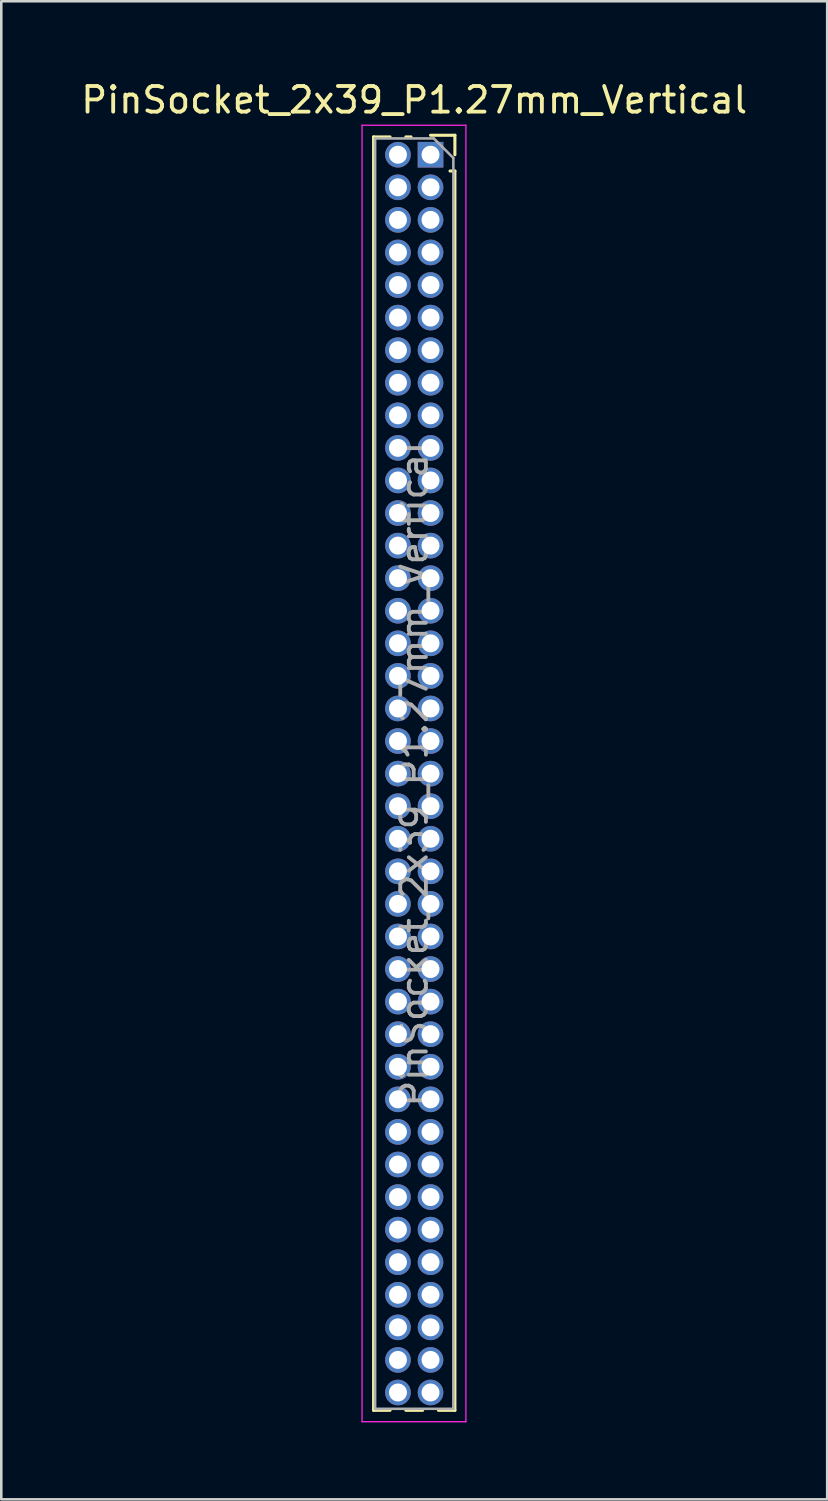
<source format=kicad_pcb>
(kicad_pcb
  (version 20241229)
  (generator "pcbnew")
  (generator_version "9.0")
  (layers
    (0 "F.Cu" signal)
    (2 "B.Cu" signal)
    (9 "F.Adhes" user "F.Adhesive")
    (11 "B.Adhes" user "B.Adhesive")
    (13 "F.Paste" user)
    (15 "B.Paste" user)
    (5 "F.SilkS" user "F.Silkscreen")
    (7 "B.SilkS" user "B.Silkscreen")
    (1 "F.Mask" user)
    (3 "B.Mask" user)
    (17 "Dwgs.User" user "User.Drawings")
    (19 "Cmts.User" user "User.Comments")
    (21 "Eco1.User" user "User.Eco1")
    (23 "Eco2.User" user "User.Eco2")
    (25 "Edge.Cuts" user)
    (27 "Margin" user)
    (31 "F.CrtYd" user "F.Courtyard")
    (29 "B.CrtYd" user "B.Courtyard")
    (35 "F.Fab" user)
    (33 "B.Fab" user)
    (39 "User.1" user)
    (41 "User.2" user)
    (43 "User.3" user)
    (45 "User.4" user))
  (footprint "PinSocket_2x39_P1.27mm_Vertical"
    (layer "F.Cu")
    (at 13.736 2.983)
    (property "Reference" "PinSocket_2x39_P1.27mm_Vertical" (at -0.635 -2.135 0) (layer "F.SilkS") (effects (font (size 1 1) (thickness 0.15))))
    (attr through_hole)
    (fp_line (start -2.22 -0.695) (end -2.22 48.955) (stroke (width 0.12) (type solid)) (layer "F.SilkS"))
    (fp_line (start -2.22 -0.695) (end -1.578 -0.695) (stroke (width 0.12) (type solid)) (layer "F.SilkS"))
    (fp_line (start -2.22 48.955) (end -1.578 48.955) (stroke (width 0.12) (type solid)) (layer "F.SilkS"))
    (fp_line (start -0.962 -0.695) (end -0.76 -0.695) (stroke (width 0.12) (type solid)) (layer "F.SilkS"))
    (fp_line (start -0.962 48.955) (end -0.308 48.955) (stroke (width 0.12) (type solid)) (layer "F.SilkS"))
    (fp_line (start 0 -0.76) (end 0.95 -0.76) (stroke (width 0.12) (type solid)) (layer "F.SilkS"))
    (fp_line (start 0.308 48.955) (end 0.95 48.955) (stroke (width 0.12) (type solid)) (layer "F.SilkS"))
    (fp_line (start 0.76 0.635) (end 0.95 0.635) (stroke (width 0.12) (type solid)) (layer "F.SilkS"))
    (fp_line (start 0.95 -0.76) (end 0.95 0) (stroke (width 0.12) (type solid)) (layer "F.SilkS"))
    (fp_line (start 0.95 0.635) (end 0.95 48.955) (stroke (width 0.12) (type solid)) (layer "F.SilkS"))
    (fp_line (start -2.67 -1.15) (end 1.38 -1.15) (stroke (width 0.05) (type solid)) (layer "F.CrtYd"))
    (fp_line (start -2.67 49.4) (end -2.67 -1.15) (stroke (width 0.05) (type solid)) (layer "F.CrtYd"))
    (fp_line (start 1.38 -1.15) (end 1.38 49.4) (stroke (width 0.05) (type solid)) (layer "F.CrtYd"))
    (fp_line (start 1.38 49.4) (end -2.67 49.4) (stroke (width 0.05) (type solid)) (layer "F.CrtYd"))
    (fp_line (start -2.16 -0.635) (end 0.128 -0.635) (stroke (width 0.1) (type solid)) (layer "F.Fab"))
    (fp_line (start -2.16 48.895) (end -2.16 -0.635) (stroke (width 0.1) (type solid)) (layer "F.Fab"))
    (fp_line (start 0.128 -0.635) (end 0.89 0.128) (stroke (width 0.1) (type solid)) (layer "F.Fab"))
    (fp_line (start 0.89 0.128) (end 0.89 48.895) (stroke (width 0.1) (type solid)) (layer "F.Fab"))
    (fp_line (start 0.89 48.895) (end -2.16 48.895) (stroke (width 0.1) (type solid)) (layer "F.Fab"))
    (fp_text user "${REFERENCE}" (at -0.635 24.13 90) (layer "F.Fab") (effects (font (size 1 1) (thickness 0.15))))
    (pad "1" thru_hole rect (at 0 0) (size 1 1) (drill 0.7) (layers "*.Cu" "*.Mask"))
    (pad "2" thru_hole circle (at -1.27 0) (size 1 1) (drill 0.7) (layers "*.Cu" "*.Mask"))
    (pad "3" thru_hole circle (at 0 1.27) (size 1 1) (drill 0.7) (layers "*.Cu" "*.Mask"))
    (pad "4" thru_hole circle (at -1.27 1.27) (size 1 1) (drill 0.7) (layers "*.Cu" "*.Mask"))
    (pad "5" thru_hole circle (at 0 2.54) (size 1 1) (drill 0.7) (layers "*.Cu" "*.Mask"))
    (pad "6" thru_hole circle (at -1.27 2.54) (size 1 1) (drill 0.7) (layers "*.Cu" "*.Mask"))
    (pad "7" thru_hole circle (at 0 3.81) (size 1 1) (drill 0.7) (layers "*.Cu" "*.Mask"))
    (pad "8" thru_hole circle (at -1.27 3.81) (size 1 1) (drill 0.7) (layers "*.Cu" "*.Mask"))
    (pad "9" thru_hole circle (at 0 5.08) (size 1 1) (drill 0.7) (layers "*.Cu" "*.Mask"))
    (pad "10" thru_hole circle (at -1.27 5.08) (size 1 1) (drill 0.7) (layers "*.Cu" "*.Mask"))
    (pad "11" thru_hole circle (at 0 6.35) (size 1 1) (drill 0.7) (layers "*.Cu" "*.Mask"))
    (pad "12" thru_hole circle (at -1.27 6.35) (size 1 1) (drill 0.7) (layers "*.Cu" "*.Mask"))
    (pad "13" thru_hole circle (at 0 7.62) (size 1 1) (drill 0.7) (layers "*.Cu" "*.Mask"))
    (pad "14" thru_hole circle (at -1.27 7.62) (size 1 1) (drill 0.7) (layers "*.Cu" "*.Mask"))
    (pad "15" thru_hole circle (at 0 8.89) (size 1 1) (drill 0.7) (layers "*.Cu" "*.Mask"))
    (pad "16" thru_hole circle (at -1.27 8.89) (size 1 1) (drill 0.7) (layers "*.Cu" "*.Mask"))
    (pad "17" thru_hole circle (at 0 10.16) (size 1 1) (drill 0.7) (layers "*.Cu" "*.Mask"))
    (pad "18" thru_hole circle (at -1.27 10.16) (size 1 1) (drill 0.7) (layers "*.Cu" "*.Mask"))
    (pad "19" thru_hole circle (at 0 11.43) (size 1 1) (drill 0.7) (layers "*.Cu" "*.Mask"))
    (pad "20" thru_hole circle (at -1.27 11.43) (size 1 1) (drill 0.7) (layers "*.Cu" "*.Mask"))
    (pad "21" thru_hole circle (at 0 12.7) (size 1 1) (drill 0.7) (layers "*.Cu" "*.Mask"))
    (pad "22" thru_hole circle (at -1.27 12.7) (size 1 1) (drill 0.7) (layers "*.Cu" "*.Mask"))
    (pad "23" thru_hole circle (at 0 13.97) (size 1 1) (drill 0.7) (layers "*.Cu" "*.Mask"))
    (pad "24" thru_hole circle (at -1.27 13.97) (size 1 1) (drill 0.7) (layers "*.Cu" "*.Mask"))
    (pad "25" thru_hole circle (at 0 15.24) (size 1 1) (drill 0.7) (layers "*.Cu" "*.Mask"))
    (pad "26" thru_hole circle (at -1.27 15.24) (size 1 1) (drill 0.7) (layers "*.Cu" "*.Mask"))
    (pad "27" thru_hole circle (at 0 16.51) (size 1 1) (drill 0.7) (layers "*.Cu" "*.Mask"))
    (pad "28" thru_hole circle (at -1.27 16.51) (size 1 1) (drill 0.7) (layers "*.Cu" "*.Mask"))
    (pad "29" thru_hole circle (at 0 17.78) (size 1 1) (drill 0.7) (layers "*.Cu" "*.Mask"))
    (pad "30" thru_hole circle (at -1.27 17.78) (size 1 1) (drill 0.7) (layers "*.Cu" "*.Mask"))
    (pad "31" thru_hole circle (at 0 19.05) (size 1 1) (drill 0.7) (layers "*.Cu" "*.Mask"))
    (pad "32" thru_hole circle (at -1.27 19.05) (size 1 1) (drill 0.7) (layers "*.Cu" "*.Mask"))
    (pad "33" thru_hole circle (at 0 20.32) (size 1 1) (drill 0.7) (layers "*.Cu" "*.Mask"))
    (pad "34" thru_hole circle (at -1.27 20.32) (size 1 1) (drill 0.7) (layers "*.Cu" "*.Mask"))
    (pad "35" thru_hole circle (at 0 21.59) (size 1 1) (drill 0.7) (layers "*.Cu" "*.Mask"))
    (pad "36" thru_hole circle (at -1.27 21.59) (size 1 1) (drill 0.7) (layers "*.Cu" "*.Mask"))
    (pad "37" thru_hole circle (at 0 22.86) (size 1 1) (drill 0.7) (layers "*.Cu" "*.Mask"))
    (pad "38" thru_hole circle (at -1.27 22.86) (size 1 1) (drill 0.7) (layers "*.Cu" "*.Mask"))
    (pad "39" thru_hole circle (at 0 24.13) (size 1 1) (drill 0.7) (layers "*.Cu" "*.Mask"))
    (pad "40" thru_hole circle (at -1.27 24.13) (size 1 1) (drill 0.7) (layers "*.Cu" "*.Mask"))
    (pad "41" thru_hole circle (at 0 25.4) (size 1 1) (drill 0.7) (layers "*.Cu" "*.Mask"))
    (pad "42" thru_hole circle (at -1.27 25.4) (size 1 1) (drill 0.7) (layers "*.Cu" "*.Mask"))
    (pad "43" thru_hole circle (at 0 26.67) (size 1 1) (drill 0.7) (layers "*.Cu" "*.Mask"))
    (pad "44" thru_hole circle (at -1.27 26.67) (size 1 1) (drill 0.7) (layers "*.Cu" "*.Mask"))
    (pad "45" thru_hole circle (at 0 27.94) (size 1 1) (drill 0.7) (layers "*.Cu" "*.Mask"))
    (pad "46" thru_hole circle (at -1.27 27.94) (size 1 1) (drill 0.7) (layers "*.Cu" "*.Mask"))
    (pad "47" thru_hole circle (at 0 29.21) (size 1 1) (drill 0.7) (layers "*.Cu" "*.Mask"))
    (pad "48" thru_hole circle (at -1.27 29.21) (size 1 1) (drill 0.7) (layers "*.Cu" "*.Mask"))
    (pad "49" thru_hole circle (at 0 30.48) (size 1 1) (drill 0.7) (layers "*.Cu" "*.Mask"))
    (pad "50" thru_hole circle (at -1.27 30.48) (size 1 1) (drill 0.7) (layers "*.Cu" "*.Mask"))
    (pad "51" thru_hole circle (at 0 31.75) (size 1 1) (drill 0.7) (layers "*.Cu" "*.Mask"))
    (pad "52" thru_hole circle (at -1.27 31.75) (size 1 1) (drill 0.7) (layers "*.Cu" "*.Mask"))
    (pad "53" thru_hole circle (at 0 33.02) (size 1 1) (drill 0.7) (layers "*.Cu" "*.Mask"))
    (pad "54" thru_hole circle (at -1.27 33.02) (size 1 1) (drill 0.7) (layers "*.Cu" "*.Mask"))
    (pad "55" thru_hole circle (at 0 34.29) (size 1 1) (drill 0.7) (layers "*.Cu" "*.Mask"))
    (pad "56" thru_hole circle (at -1.27 34.29) (size 1 1) (drill 0.7) (layers "*.Cu" "*.Mask"))
    (pad "57" thru_hole circle (at 0 35.56) (size 1 1) (drill 0.7) (layers "*.Cu" "*.Mask"))
    (pad "58" thru_hole circle (at -1.27 35.56) (size 1 1) (drill 0.7) (layers "*.Cu" "*.Mask"))
    (pad "59" thru_hole circle (at 0 36.83) (size 1 1) (drill 0.7) (layers "*.Cu" "*.Mask"))
    (pad "60" thru_hole circle (at -1.27 36.83) (size 1 1) (drill 0.7) (layers "*.Cu" "*.Mask"))
    (pad "61" thru_hole circle (at 0 38.1) (size 1 1) (drill 0.7) (layers "*.Cu" "*.Mask"))
    (pad "62" thru_hole circle (at -1.27 38.1) (size 1 1) (drill 0.7) (layers "*.Cu" "*.Mask"))
    (pad "63" thru_hole circle (at 0 39.37) (size 1 1) (drill 0.7) (layers "*.Cu" "*.Mask"))
    (pad "64" thru_hole circle (at -1.27 39.37) (size 1 1) (drill 0.7) (layers "*.Cu" "*.Mask"))
    (pad "65" thru_hole circle (at 0 40.64) (size 1 1) (drill 0.7) (layers "*.Cu" "*.Mask"))
    (pad "66" thru_hole circle (at -1.27 40.64) (size 1 1) (drill 0.7) (layers "*.Cu" "*.Mask"))
    (pad "67" thru_hole circle (at 0 41.91) (size 1 1) (drill 0.7) (layers "*.Cu" "*.Mask"))
    (pad "68" thru_hole circle (at -1.27 41.91) (size 1 1) (drill 0.7) (layers "*.Cu" "*.Mask"))
    (pad "69" thru_hole circle (at 0 43.18) (size 1 1) (drill 0.7) (layers "*.Cu" "*.Mask"))
    (pad "70" thru_hole circle (at -1.27 43.18) (size 1 1) (drill 0.7) (layers "*.Cu" "*.Mask"))
    (pad "71" thru_hole circle (at 0 44.45) (size 1 1) (drill 0.7) (layers "*.Cu" "*.Mask"))
    (pad "72" thru_hole circle (at -1.27 44.45) (size 1 1) (drill 0.7) (layers "*.Cu" "*.Mask"))
    (pad "73" thru_hole circle (at 0 45.72) (size 1 1) (drill 0.7) (layers "*.Cu" "*.Mask"))
    (pad "74" thru_hole circle (at -1.27 45.72) (size 1 1) (drill 0.7) (layers "*.Cu" "*.Mask"))
    (pad "75" thru_hole circle (at 0 46.99) (size 1 1) (drill 0.7) (layers "*.Cu" "*.Mask"))
    (pad "76" thru_hole circle (at -1.27 46.99) (size 1 1) (drill 0.7) (layers "*.Cu" "*.Mask"))
    (pad "77" thru_hole circle (at 0 48.26) (size 1 1) (drill 0.7) (layers "*.Cu" "*.Mask"))
    (pad "78" thru_hole circle (at -1.27 48.26) (size 1 1) (drill 0.7) (layers "*.Cu" "*.Mask")))
  (gr_rect
    (start -3 -3)
    (end 29.202 55.408)
    (stroke (width 0.1) (type default))
    (fill no)
    (layer "Edge.Cuts")))
</source>
